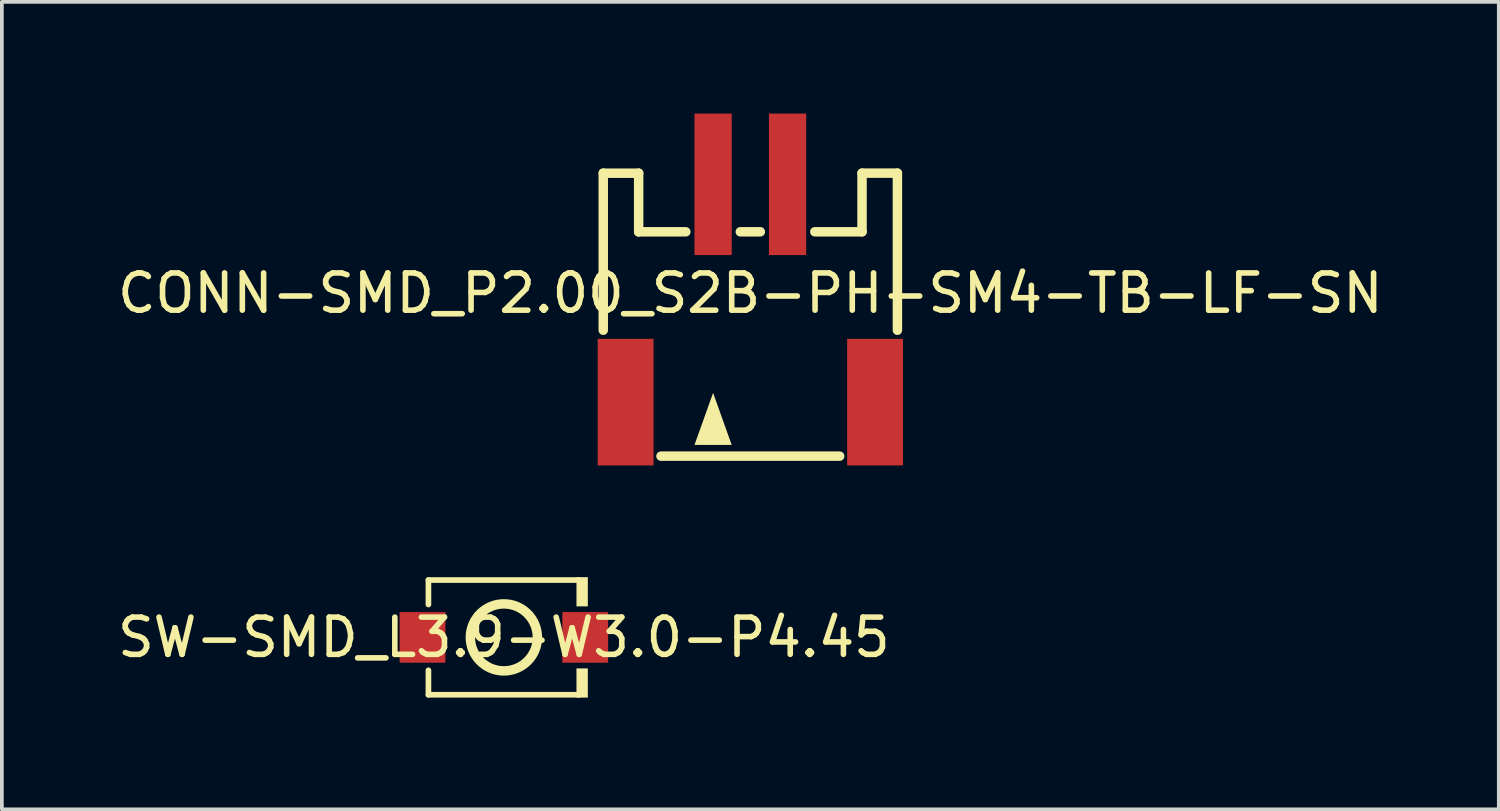
<source format=kicad_pcb>
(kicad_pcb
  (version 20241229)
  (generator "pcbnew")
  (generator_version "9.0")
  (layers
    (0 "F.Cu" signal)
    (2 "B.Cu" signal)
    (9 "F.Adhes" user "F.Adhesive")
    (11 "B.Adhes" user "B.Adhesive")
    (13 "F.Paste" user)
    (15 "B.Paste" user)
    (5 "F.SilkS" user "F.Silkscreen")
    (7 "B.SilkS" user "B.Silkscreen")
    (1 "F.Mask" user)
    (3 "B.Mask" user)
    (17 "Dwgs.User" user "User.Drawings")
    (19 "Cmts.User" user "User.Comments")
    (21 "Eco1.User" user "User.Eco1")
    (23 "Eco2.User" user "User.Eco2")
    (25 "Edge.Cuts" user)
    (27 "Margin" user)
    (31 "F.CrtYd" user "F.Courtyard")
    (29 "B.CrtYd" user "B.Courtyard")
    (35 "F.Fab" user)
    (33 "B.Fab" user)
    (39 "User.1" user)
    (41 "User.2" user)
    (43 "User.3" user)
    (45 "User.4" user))
  (footprint "SW-SMD_L3.9-W3.0-P4.45"
    (layer "F.Cu")
    (at 10.482 14.068)
    (property "Reference" "SW-SMD_L3.9-W3.0-P4.45" (at 0 0 0) (layer "F.SilkS") (effects (font (size 1 1) (thickness 0.15))))
    (fp_line (start -2.026 -1.541) (end -2.026 -0.883) (stroke (width 0.152) (type default)) (layer "F.SilkS"))
    (fp_line (start -2.026 1.541) (end -2.026 0.883) (stroke (width 0.152) (type default)) (layer "F.SilkS"))
    (fp_line (start 2.026 -1.541) (end -2.026 -1.541) (stroke (width 0.152) (type default)) (layer "F.SilkS"))
    (fp_line (start 2.026 1.541) (end -2.026 1.541) (stroke (width 0.152) (type default)) (layer "F.SilkS"))
    (fp_circle (center 0 0) (end 0.9 0) (stroke (width 0.254) (type default)) (fill no) (layer "F.SilkS"))
    (fp_poly (pts (xy 1.95 -1.617) (xy 1.95 -0.833) (xy 2.255 -0.833) (xy 2.255 -1.617)) (stroke (width 0) (type default)) (fill yes) (layer "F.SilkS"))
    (fp_poly (pts (xy 1.95 1.617) (xy 1.95 0.833) (xy 2.255 0.833) (xy 2.255 1.617)) (stroke (width 0) (type default)) (fill yes) (layer "F.SilkS"))
    (fp_poly (pts (xy -2.5 -0.65) (xy -2.5 0.65) (xy -1.6 0.65) (xy -1.6 -0.65)) (stroke (width 0.1) (type default)) (fill no) (layer "User.1"))
    (fp_poly (pts (xy 2.5 -0.65) (xy 2.5 0.65) (xy 1.6 0.65) (xy 1.6 -0.65)) (stroke (width 0.1) (type default)) (fill no) (layer "User.1"))
    (fp_line (start -1.95 -1.465) (end 1.95 -1.465) (stroke (width 0.051) (type default)) (layer "User.2"))
    (fp_line (start -1.95 1.465) (end -1.95 -1.465) (stroke (width 0.051) (type default)) (layer "User.2"))
    (fp_line (start 1.95 -1.465) (end 1.95 1.465) (stroke (width 0.051) (type default)) (layer "User.2"))
    (fp_line (start 1.95 1.465) (end -1.95 1.465) (stroke (width 0.051) (type default)) (layer "User.2"))
    (fp_poly (pts (xy 2.56 -1.465) (xy 2.542 -1.507) (xy 2.5 -1.525) (xy 2.458 -1.507) (xy 2.44 -1.465) (xy 2.458 -1.423) (xy 2.5 -1.405) (xy 2.542 -1.423)) (stroke (width 0.1) (type default)) (fill no) (layer "User.3"))
    (pad "1" smd rect (at -2.185 0) (size 1.23 1.36) (layers "F.Cu" "F.Mask" "F.Paste"))
    (pad "2" smd rect (at 2.185 0) (size 1.23 1.36) (layers "F.Cu" "F.Mask" "F.Paste")))
  (footprint "CONN-SMD_P2.00_S2B-PH-SM4-TB-LF-SN"
    (layer "F.Cu")
    (at 17.101 4.825)
    (property "Reference" "CONN-SMD_P2.00_S2B-PH-SM4-TB-LF-SN" (at 0 0 0) (layer "F.SilkS") (effects (font (size 1 1) (thickness 0.15))))
    (fp_line (start -3.95 -3.225) (end -3.95 0.994) (stroke (width 0.254) (type default)) (layer "F.SilkS"))
    (fp_line (start -2.999 -3.224) (end -3.95 -3.224) (stroke (width 0.254) (type default)) (layer "F.SilkS"))
    (fp_line (start -2.999 -1.649) (end -2.999 -3.224) (stroke (width 0.254) (type default)) (layer "F.SilkS"))
    (fp_line (start -1.732 -1.649) (end -2.999 -1.649) (stroke (width 0.254) (type default)) (layer "F.SilkS"))
    (fp_line (start 0.269 -1.65) (end -0.269 -1.65) (stroke (width 0.254) (type default)) (layer "F.SilkS"))
    (fp_line (start 2.4 4.375) (end -2.4 4.375) (stroke (width 0.254) (type default)) (layer "F.SilkS"))
    (fp_line (start 3 -3.225) (end 3 -1.65) (stroke (width 0.254) (type default)) (layer "F.SilkS"))
    (fp_line (start 3 -1.65) (end 1.731 -1.65) (stroke (width 0.254) (type default)) (layer "F.SilkS"))
    (fp_line (start 3.95 -3.225) (end 3 -3.225) (stroke (width 0.254) (type default)) (layer "F.SilkS"))
    (fp_line (start 3.95 -3.225) (end 3.95 0.994) (stroke (width 0.254) (type default)) (layer "F.SilkS"))
    (fp_poly (pts (xy -1.5 4.075) (xy -0.5 4.075) (xy -1 2.675)) (stroke (width 0) (type default)) (fill yes) (layer "F.SilkS"))
    (fp_poly (pts (xy -3.6 1.375) (xy -3.1 1.375) (xy -3.1 4.375) (xy -3.6 4.375)) (stroke (width 0.1) (type default)) (fill no) (layer "User.1"))
    (fp_poly (pts (xy -1.25 -4.225) (xy -0.75 -4.225) (xy -0.75 -1.525) (xy -1.25 -1.525)) (stroke (width 0.1) (type default)) (fill no) (layer "User.1"))
    (fp_poly (pts (xy 0.75 -4.225) (xy 1.25 -4.225) (xy 1.25 -1.525) (xy 0.75 -1.525)) (stroke (width 0.1) (type default)) (fill no) (layer "User.1"))
    (fp_poly (pts (xy 3.1 1.375) (xy 3.6 1.375) (xy 3.6 4.375) (xy 3.1 4.375)) (stroke (width 0.1) (type default)) (fill no) (layer "User.1"))
    (fp_line (start -3.95 -3.225) (end -3.95 4.375) (stroke (width 0.051) (type default)) (layer "User.2"))
    (fp_line (start -3.95 4.375) (end 3.95 4.375) (stroke (width 0.051) (type default)) (layer "User.2"))
    (fp_line (start -3 -3.225) (end -3.95 -3.225) (stroke (width 0.051) (type default)) (layer "User.2"))
    (fp_line (start -3 -1.625) (end -3 -3.225) (stroke (width 0.051) (type default)) (layer "User.2"))
    (fp_line (start 3 -3.225) (end 3 -1.625) (stroke (width 0.051) (type default)) (layer "User.2"))
    (fp_line (start 3 -1.625) (end -3 -1.625) (stroke (width 0.051) (type default)) (layer "User.2"))
    (fp_line (start 3.95 -3.225) (end 3 -3.225) (stroke (width 0.051) (type default)) (layer "User.2"))
    (fp_line (start 3.95 4.375) (end 3.95 -3.225) (stroke (width 0.051) (type default)) (layer "User.2"))
    (fp_poly (pts (xy -3.89 -4.225) (xy -3.908 -4.267) (xy -3.95 -4.285) (xy -3.992 -4.267) (xy -4.01 -4.225) (xy -3.992 -4.183) (xy -3.95 -4.165) (xy -3.908 -4.183)) (stroke (width 0.1) (type default)) (fill no) (layer "User.3"))
    (pad "1" smd rect (at -1 -2.925) (size 1 3.8) (layers "F.Cu" "F.Mask" "F.Paste"))
    (pad "2" smd rect (at 1 -2.925) (size 1 3.8) (layers "F.Cu" "F.Mask" "F.Paste"))
    (pad "3" smd rect (at 3.35 2.925) (size 1.5 3.4) (layers "F.Cu" "F.Mask" "F.Paste"))
    (pad "4" smd rect (at -3.35 2.925) (size 1.5 3.4) (layers "F.Cu" "F.Mask" "F.Paste")))
  (gr_rect
    (start -3 -3)
    (end 37.202 18.685)
    (stroke (width 0.1) (type default))
    (fill no)
    (layer "Edge.Cuts")))
</source>
